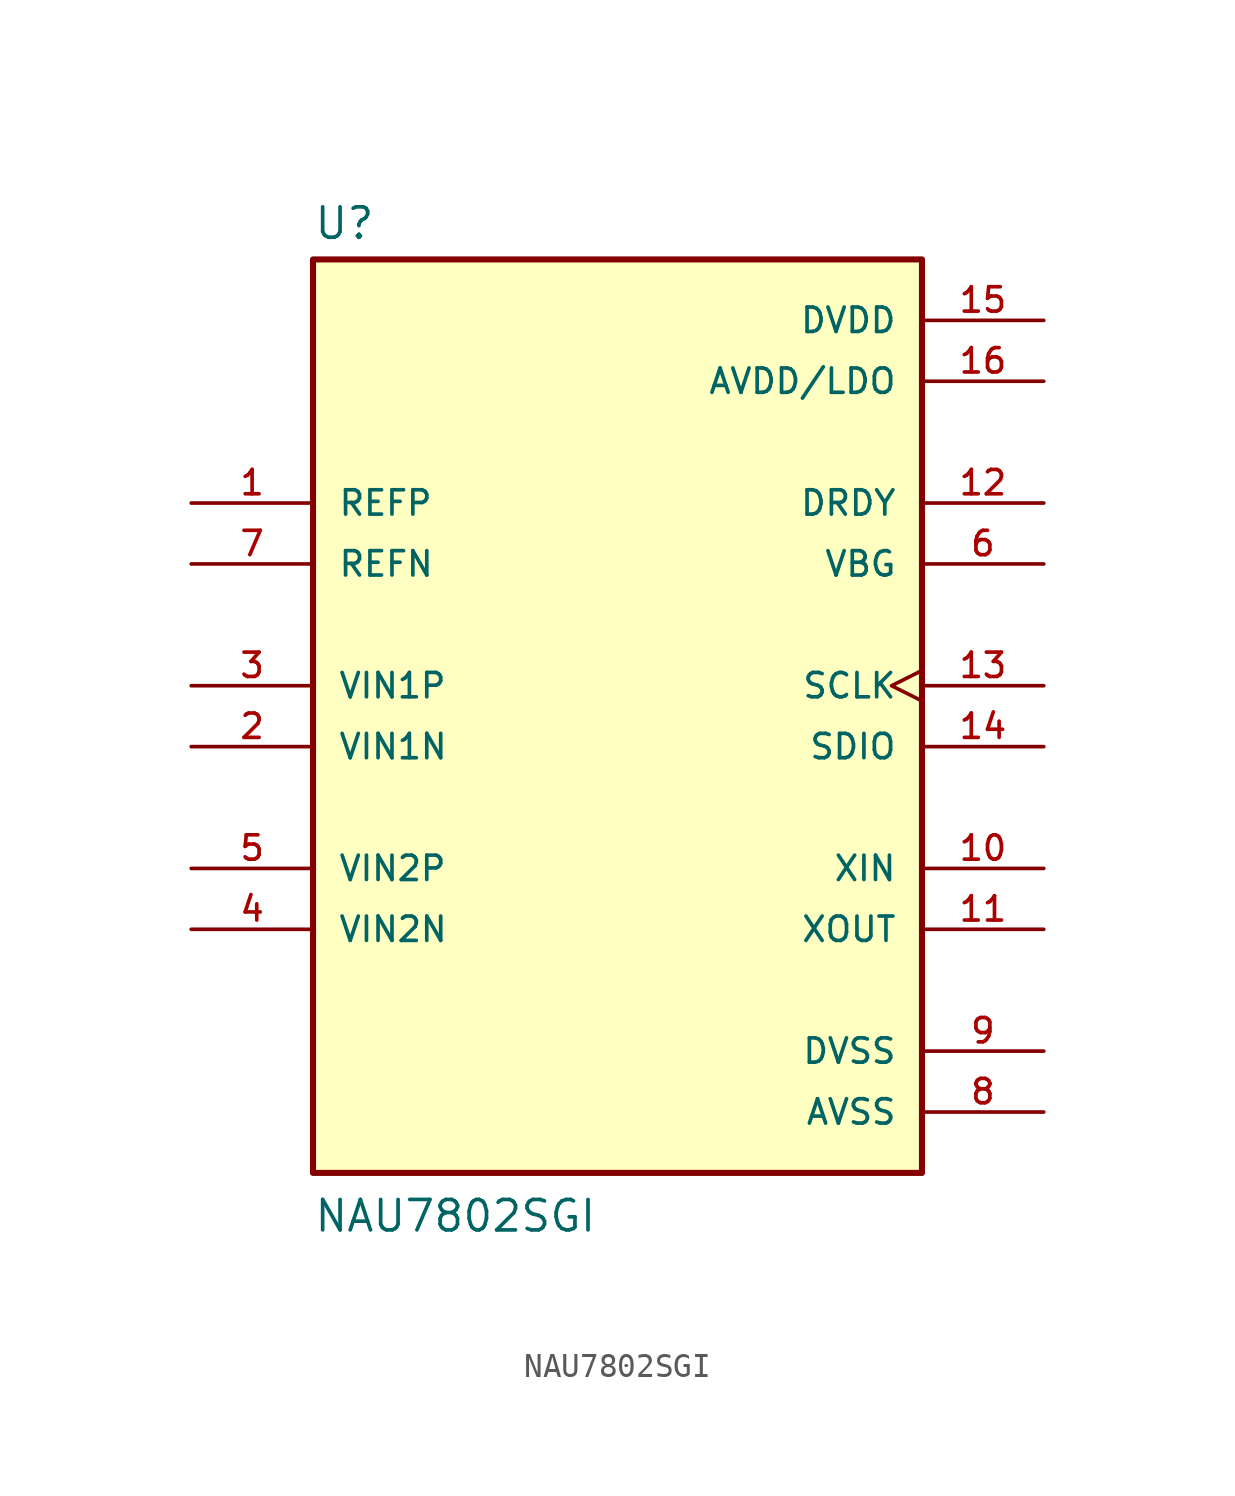
<source format=kicad_sym>
(kicad_symbol_lib
  (version 20241209)
  (generator "kicad_symbol_editor")
  (generator_version "9.0")
  (symbol "NAU7802SGI"
    (pin_names
      (offset 1.016))
    (property "Reference" "U"
      (at -12.7 18.542 0)
      (effects (font (size 1.27 1.27)) (justify left bottom)))
    (property "Value" "NAU7802SGI"
      (at -12.7 -22.86 0)
      (effects (font (size 1.27 1.27)) (justify left bottom)))
    (symbol "NAU7802SGI_0_0"
      (rectangle (start -12.7 -20.32) (end 12.7 17.78) (stroke (width 0.254) (type default)) (fill (type background)))
      (pin input line (at -17.78 7.62 0) (length 5.08) (name "REFP" (effects (font (size 1.016 1.016)))) (number "1" (effects (font (size 1.016 1.016)))))
      (pin input line (at -17.78 5.08 0) (length 5.08) (name "REFN" (effects (font (size 1.016 1.016)))) (number "7" (effects (font (size 1.016 1.016)))))
      (pin input line (at -17.78 0 0) (length 5.08) (name "VIN1P" (effects (font (size 1.016 1.016)))) (number "3" (effects (font (size 1.016 1.016)))))
      (pin input line (at -17.78 -2.54 0) (length 5.08) (name "VIN1N" (effects (font (size 1.016 1.016)))) (number "2" (effects (font (size 1.016 1.016)))))
      (pin input line (at -17.78 -7.62 0) (length 5.08) (name "VIN2P" (effects (font (size 1.016 1.016)))) (number "5" (effects (font (size 1.016 1.016)))))
      (pin input line (at -17.78 -10.16 0) (length 5.08) (name "VIN2N" (effects (font (size 1.016 1.016)))) (number "4" (effects (font (size 1.016 1.016)))))
      (pin power_in line (at 17.78 15.24 180) (length 5.08) (name "DVDD" (effects (font (size 1.016 1.016)))) (number "15" (effects (font (size 1.016 1.016)))))
      (pin power_in line (at 17.78 12.7 180) (length 5.08) (name "AVDD/LDO" (effects (font (size 1.016 1.016)))) (number "16" (effects (font (size 1.016 1.016)))))
      (pin output line (at 17.78 7.62 180) (length 5.08) (name "DRDY" (effects (font (size 1.016 1.016)))) (number "12" (effects (font (size 1.016 1.016)))))
      (pin output line (at 17.78 5.08 180) (length 5.08) (name "VBG" (effects (font (size 1.016 1.016)))) (number "6" (effects (font (size 1.016 1.016)))))
      (pin input clock (at 17.78 0 180) (length 5.08) (name "SCLK" (effects (font (size 1.016 1.016)))) (number "13" (effects (font (size 1.016 1.016)))))
      (pin bidirectional line (at 17.78 -2.54 180) (length 5.08) (name "SDIO" (effects (font (size 1.016 1.016)))) (number "14" (effects (font (size 1.016 1.016)))))
      (pin input line (at 17.78 -7.62 180) (length 5.08) (name "XIN" (effects (font (size 1.016 1.016)))) (number "10" (effects (font (size 1.016 1.016)))))
      (pin output line (at 17.78 -10.16 180) (length 5.08) (name "XOUT" (effects (font (size 1.016 1.016)))) (number "11" (effects (font (size 1.016 1.016)))))
      (pin power_in line (at 17.78 -15.24 180) (length 5.08) (name "DVSS" (effects (font (size 1.016 1.016)))) (number "9" (effects (font (size 1.016 1.016)))))
      (pin power_in line (at 17.78 -17.78 180) (length 5.08) (name "AVSS" (effects (font (size 1.016 1.016)))) (number "8" (effects (font (size 1.016 1.016))))))))
</source>
